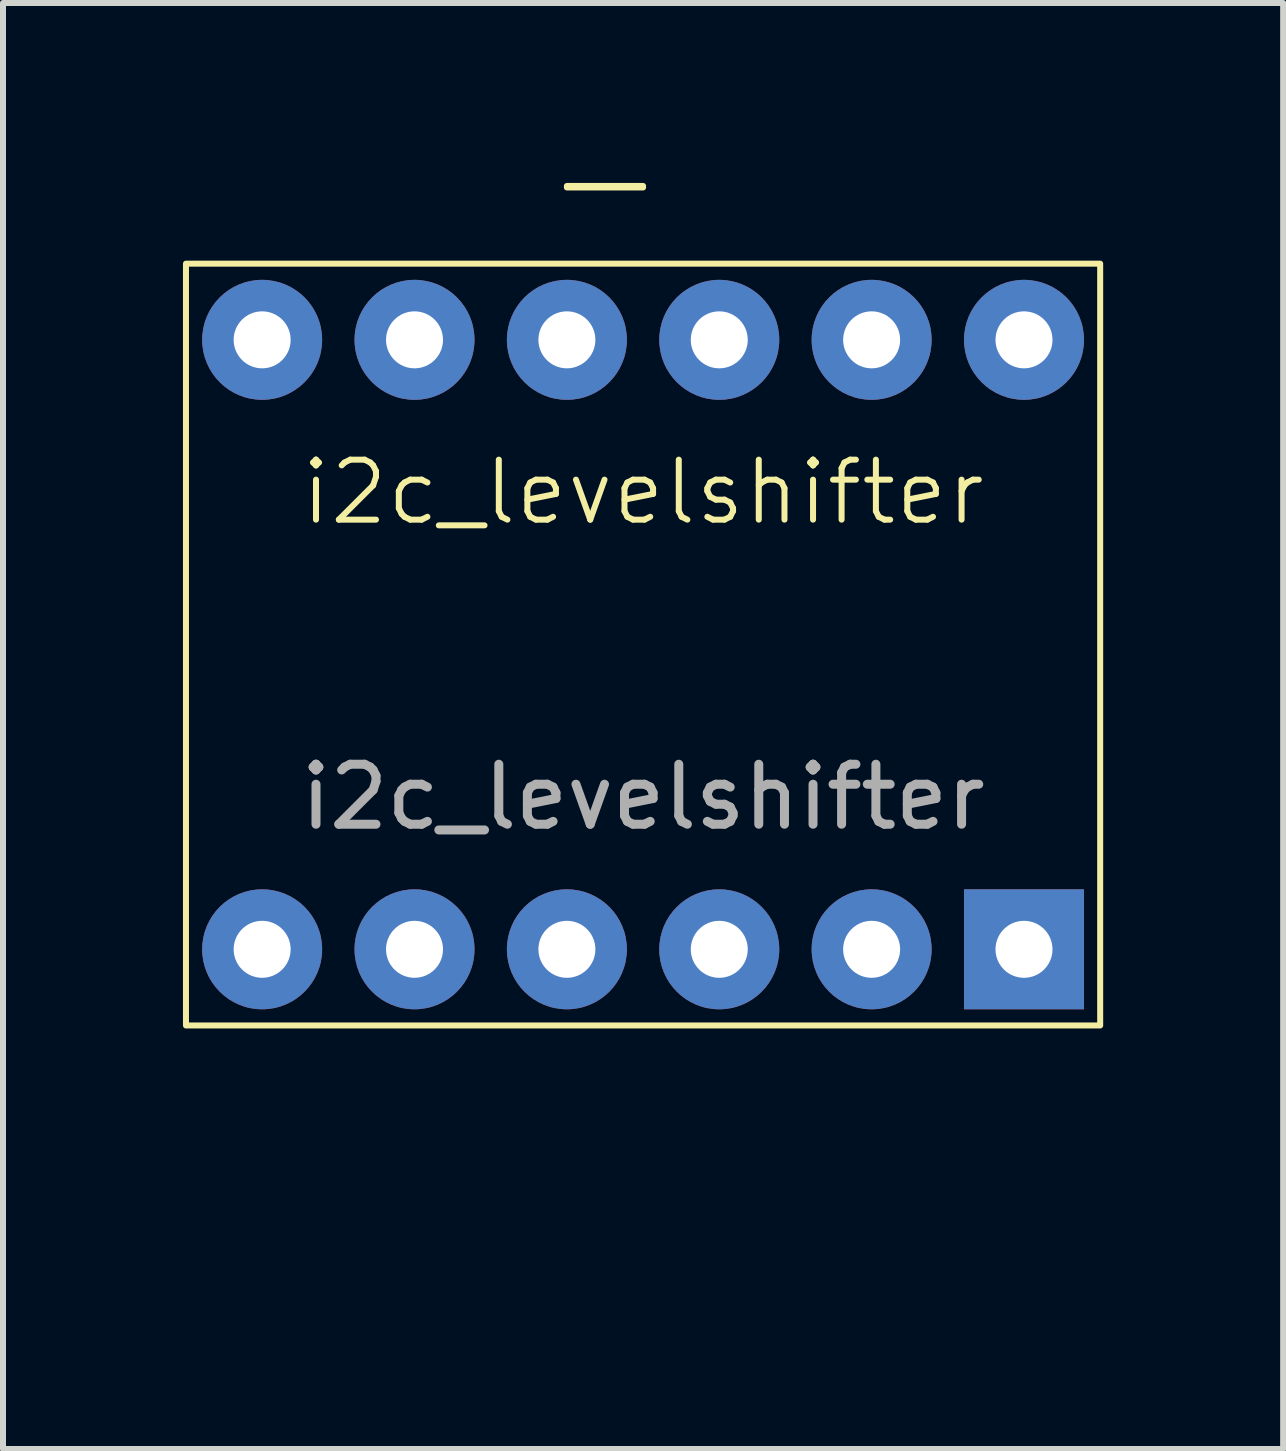
<source format=kicad_pcb>
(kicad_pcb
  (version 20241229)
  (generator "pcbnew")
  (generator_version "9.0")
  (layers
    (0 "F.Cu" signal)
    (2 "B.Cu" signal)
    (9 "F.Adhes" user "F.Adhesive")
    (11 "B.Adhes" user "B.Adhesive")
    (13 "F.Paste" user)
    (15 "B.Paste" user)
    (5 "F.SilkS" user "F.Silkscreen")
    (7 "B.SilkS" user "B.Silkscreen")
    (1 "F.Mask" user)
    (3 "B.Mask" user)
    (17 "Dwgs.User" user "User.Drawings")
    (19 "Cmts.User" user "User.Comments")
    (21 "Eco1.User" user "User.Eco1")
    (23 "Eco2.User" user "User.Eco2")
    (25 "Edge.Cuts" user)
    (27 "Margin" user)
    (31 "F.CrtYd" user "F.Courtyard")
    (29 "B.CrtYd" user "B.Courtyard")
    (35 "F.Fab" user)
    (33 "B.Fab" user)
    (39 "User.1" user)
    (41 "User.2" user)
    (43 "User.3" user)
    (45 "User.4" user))
  (footprint "i2c_levelshifter"
    (layer "F.Cu")
    (at 8.94 17.855)
    (property "Reference" "i2c_levelshifter" (at -1.27 -12.7 0) (unlocked yes) (layer "F.SilkS") (effects (font (size 1 1) (thickness 0.1))))
    (attr smd)
    (fp_rect (start -8.89 -16.51) (end 6.35 -3.81) (stroke (width 0.1) (type default)) (fill no) (layer "F.SilkS"))
    (fp_rect (start -2.54 -17.805) (end -1.27 -17.78) (stroke (width 0.1) (type default)) (fill no) (layer "F.SilkS"))
    (fp_text user "${REFERENCE}" (at -1.27 -7.62 0) (unlocked yes) (layer "F.Fab") (effects (font (size 1 1) (thickness 0.15))))
    (pad "1" thru_hole rect (at 5.08 -5.08) (size 2 2) (drill 0.95) (layers "*.Cu" "*.Mask"))
    (pad "2" thru_hole circle (at 2.54 -5.08) (size 2 2) (drill 0.95) (layers "*.Cu" "*.Mask"))
    (pad "3" thru_hole circle (at 0 -5.08) (size 2 2) (drill 0.95) (layers "*.Cu" "*.Mask"))
    (pad "4" thru_hole circle (at -2.54 -5.08) (size 2 2) (drill 0.95) (layers "*.Cu" "*.Mask"))
    (pad "5" thru_hole circle (at -5.08 -5.08) (size 2 2) (drill 0.95) (layers "*.Cu" "*.Mask"))
    (pad "6" thru_hole circle (at -7.62 -5.08) (size 2 2) (drill 0.95) (layers "*.Cu" "*.Mask"))
    (pad "7" thru_hole circle (at -7.62 -15.24) (size 2 2) (drill 0.95) (layers "*.Cu" "*.Mask"))
    (pad "8" thru_hole circle (at -5.08 -15.24) (size 2 2) (drill 0.95) (layers "*.Cu" "*.Mask"))
    (pad "9" thru_hole circle (at -2.54 -15.24) (size 2 2) (drill 0.95) (layers "*.Cu" "*.Mask"))
    (pad "10" thru_hole circle (at 0 -15.24) (size 2 2) (drill 0.95) (layers "*.Cu" "*.Mask"))
    (pad "11" thru_hole circle (at 2.54 -15.24) (size 2 2) (drill 0.95) (layers "*.Cu" "*.Mask"))
    (pad "12" thru_hole circle (at 5.08 -15.24) (size 2 2) (drill 0.95) (layers "*.Cu" "*.Mask")))
  (gr_rect
    (start -3 -3)
    (end 18.34 21.105)
    (stroke (width 0.1) (type default))
    (fill no)
    (layer "Edge.Cuts")))
</source>
